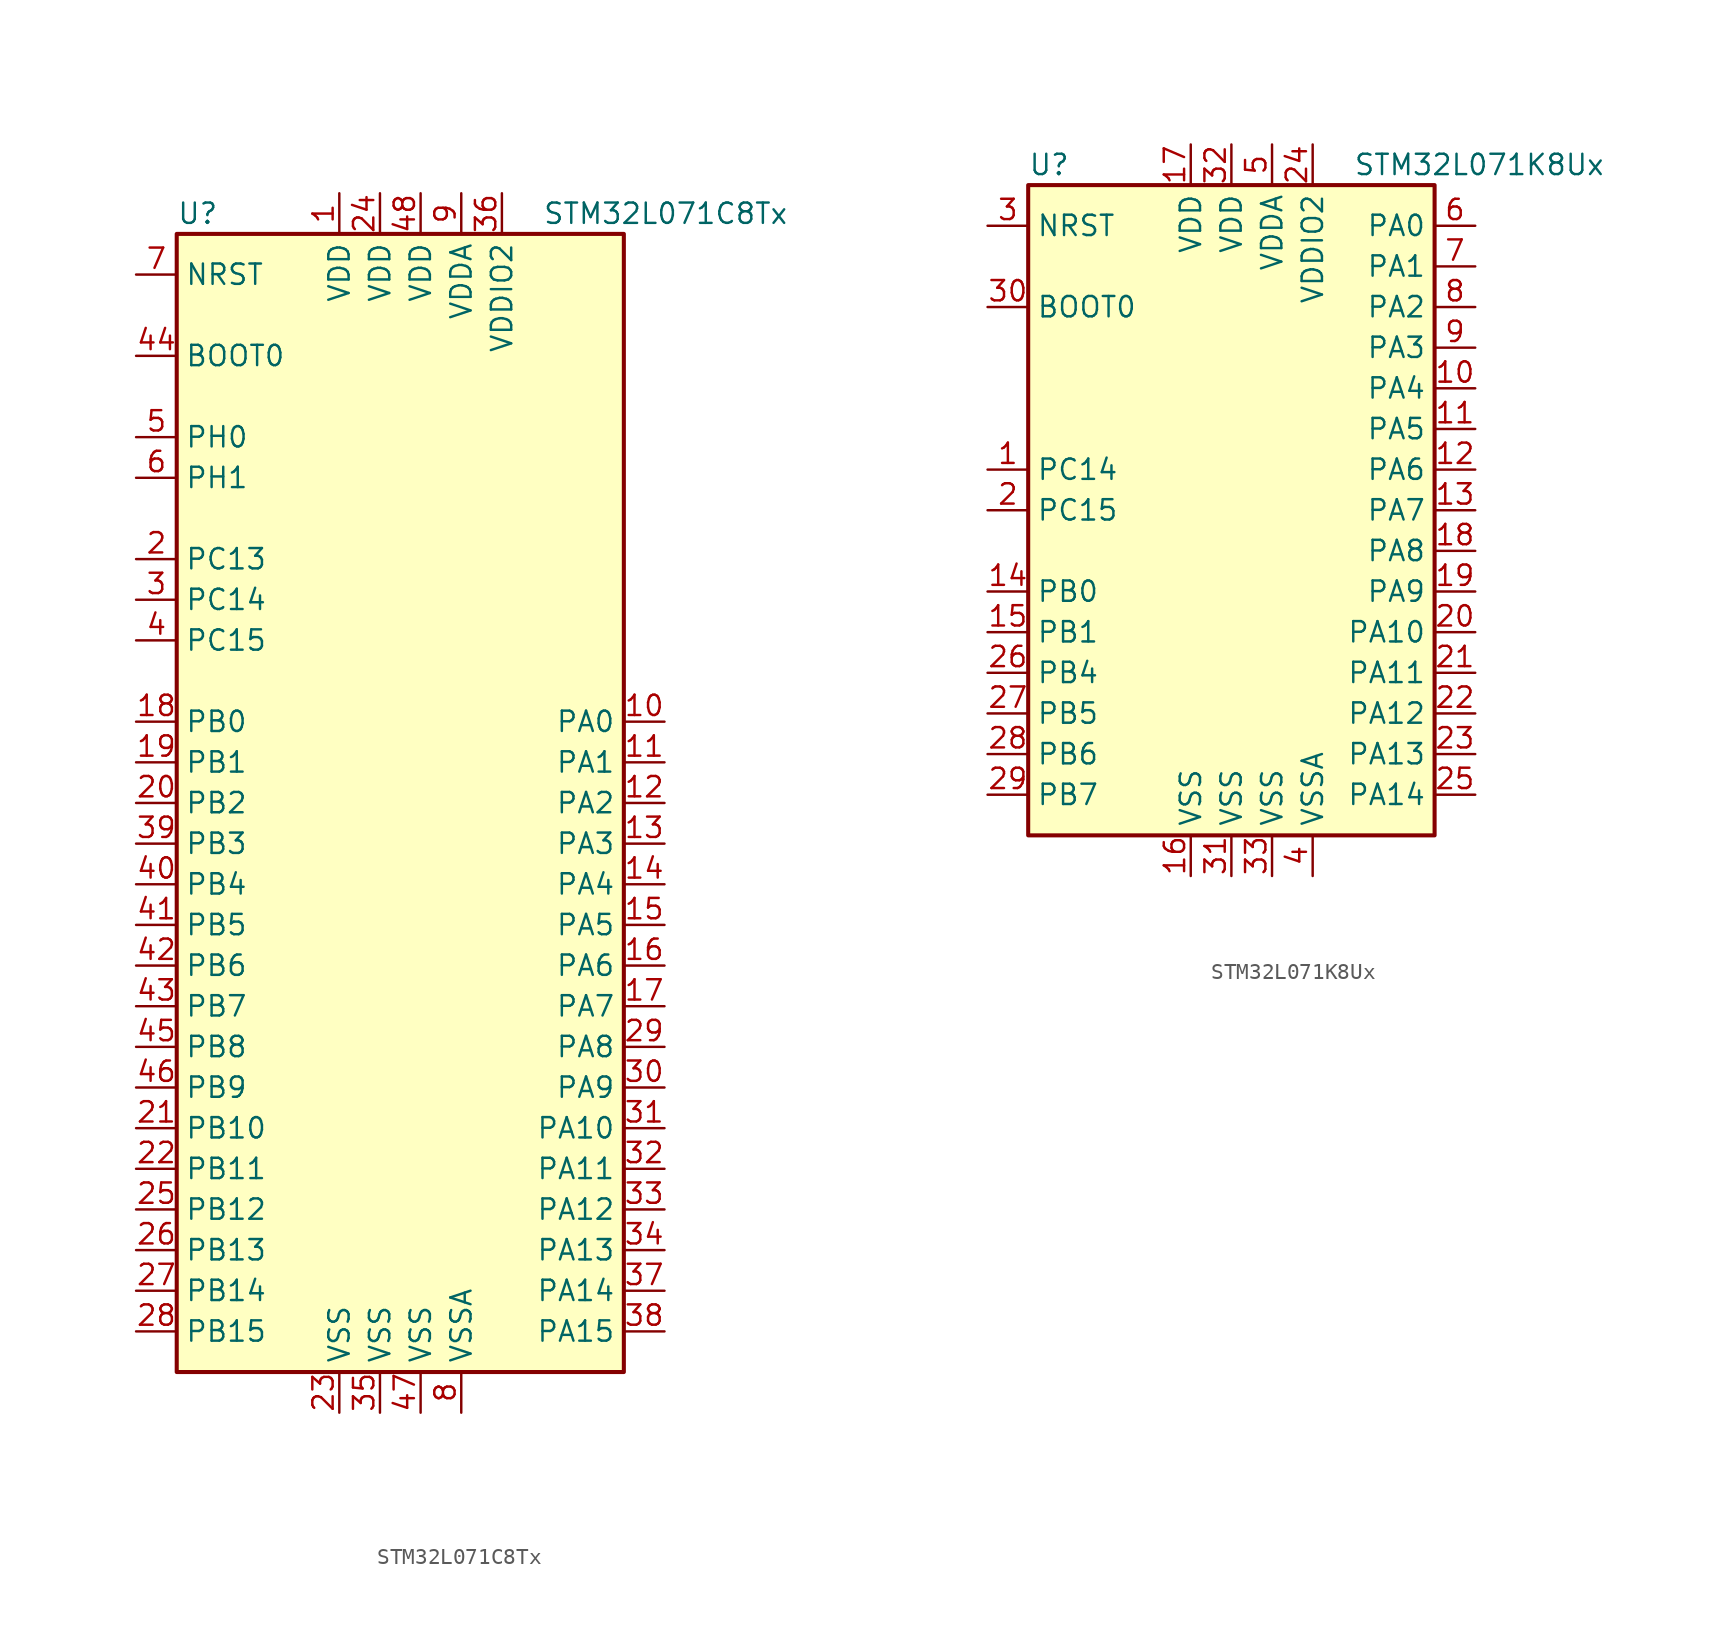
<source format=kicad_sym>
(kicad_symbol_lib
  (version 20211014)
  (generator kicad_symbol_editor)
  (symbol "STM32L071C8Tx"
    (property "Reference" "U"
      (at -15.24 36.83 0)
      (effects (font (size 1.27 1.27)) (justify left)))
    (property "Value" "STM32L071C8Tx"
      (at 7.62 36.83 0)
      (effects (font (size 1.27 1.27)) (justify left)))
    (symbol "STM32L071C8Tx_0_1"
      (rectangle (start -15.24 -35.56) (end 12.7 35.56) (stroke (width 0.254) (type default) (color 0 0 0 0)) (fill (type background))))
    (symbol "STM32L071C8Tx_1_1"
      (pin power_in line (at -5.08 38.1 270) (length 2.54) (name "VDD" (effects (font (size 1.27 1.27)))) (number "1" (effects (font (size 1.27 1.27)))))
      (pin bidirectional line (at 15.24 5.08 180) (length 2.54) (name "PA0" (effects (font (size 1.27 1.27)))) (number "10" (effects (font (size 1.27 1.27)))))
      (pin bidirectional line (at 15.24 2.54 180) (length 2.54) (name "PA1" (effects (font (size 1.27 1.27)))) (number "11" (effects (font (size 1.27 1.27)))))
      (pin bidirectional line (at 15.24 0 180) (length 2.54) (name "PA2" (effects (font (size 1.27 1.27)))) (number "12" (effects (font (size 1.27 1.27)))))
      (pin bidirectional line (at 15.24 -2.54 180) (length 2.54) (name "PA3" (effects (font (size 1.27 1.27)))) (number "13" (effects (font (size 1.27 1.27)))))
      (pin bidirectional line (at 15.24 -5.08 180) (length 2.54) (name "PA4" (effects (font (size 1.27 1.27)))) (number "14" (effects (font (size 1.27 1.27)))))
      (pin bidirectional line (at 15.24 -7.62 180) (length 2.54) (name "PA5" (effects (font (size 1.27 1.27)))) (number "15" (effects (font (size 1.27 1.27)))))
      (pin bidirectional line (at 15.24 -10.16 180) (length 2.54) (name "PA6" (effects (font (size 1.27 1.27)))) (number "16" (effects (font (size 1.27 1.27)))))
      (pin bidirectional line (at 15.24 -12.7 180) (length 2.54) (name "PA7" (effects (font (size 1.27 1.27)))) (number "17" (effects (font (size 1.27 1.27)))))
      (pin bidirectional line (at -17.78 5.08 0) (length 2.54) (name "PB0" (effects (font (size 1.27 1.27)))) (number "18" (effects (font (size 1.27 1.27)))))
      (pin bidirectional line (at -17.78 2.54 0) (length 2.54) (name "PB1" (effects (font (size 1.27 1.27)))) (number "19" (effects (font (size 1.27 1.27)))))
      (pin bidirectional line (at -17.78 15.24 0) (length 2.54) (name "PC13" (effects (font (size 1.27 1.27)))) (number "2" (effects (font (size 1.27 1.27)))))
      (pin bidirectional line (at -17.78 0 0) (length 2.54) (name "PB2" (effects (font (size 1.27 1.27)))) (number "20" (effects (font (size 1.27 1.27)))))
      (pin bidirectional line (at -17.78 -20.32 0) (length 2.54) (name "PB10" (effects (font (size 1.27 1.27)))) (number "21" (effects (font (size 1.27 1.27)))))
      (pin bidirectional line (at -17.78 -22.86 0) (length 2.54) (name "PB11" (effects (font (size 1.27 1.27)))) (number "22" (effects (font (size 1.27 1.27)))))
      (pin power_in line (at -5.08 -38.1 90) (length 2.54) (name "VSS" (effects (font (size 1.27 1.27)))) (number "23" (effects (font (size 1.27 1.27)))))
      (pin power_in line (at -2.54 38.1 270) (length 2.54) (name "VDD" (effects (font (size 1.27 1.27)))) (number "24" (effects (font (size 1.27 1.27)))))
      (pin bidirectional line (at -17.78 -25.4 0) (length 2.54) (name "PB12" (effects (font (size 1.27 1.27)))) (number "25" (effects (font (size 1.27 1.27)))))
      (pin bidirectional line (at -17.78 -27.94 0) (length 2.54) (name "PB13" (effects (font (size 1.27 1.27)))) (number "26" (effects (font (size 1.27 1.27)))))
      (pin bidirectional line (at -17.78 -30.48 0) (length 2.54) (name "PB14" (effects (font (size 1.27 1.27)))) (number "27" (effects (font (size 1.27 1.27)))))
      (pin bidirectional line (at -17.78 -33.02 0) (length 2.54) (name "PB15" (effects (font (size 1.27 1.27)))) (number "28" (effects (font (size 1.27 1.27)))))
      (pin bidirectional line (at 15.24 -15.24 180) (length 2.54) (name "PA8" (effects (font (size 1.27 1.27)))) (number "29" (effects (font (size 1.27 1.27)))))
      (pin bidirectional line (at -17.78 12.7 0) (length 2.54) (name "PC14" (effects (font (size 1.27 1.27)))) (number "3" (effects (font (size 1.27 1.27)))))
      (pin bidirectional line (at 15.24 -17.78 180) (length 2.54) (name "PA9" (effects (font (size 1.27 1.27)))) (number "30" (effects (font (size 1.27 1.27)))))
      (pin bidirectional line (at 15.24 -20.32 180) (length 2.54) (name "PA10" (effects (font (size 1.27 1.27)))) (number "31" (effects (font (size 1.27 1.27)))))
      (pin bidirectional line (at 15.24 -22.86 180) (length 2.54) (name "PA11" (effects (font (size 1.27 1.27)))) (number "32" (effects (font (size 1.27 1.27)))))
      (pin bidirectional line (at 15.24 -25.4 180) (length 2.54) (name "PA12" (effects (font (size 1.27 1.27)))) (number "33" (effects (font (size 1.27 1.27)))))
      (pin bidirectional line (at 15.24 -27.94 180) (length 2.54) (name "PA13" (effects (font (size 1.27 1.27)))) (number "34" (effects (font (size 1.27 1.27)))))
      (pin power_in line (at -2.54 -38.1 90) (length 2.54) (name "VSS" (effects (font (size 1.27 1.27)))) (number "35" (effects (font (size 1.27 1.27)))))
      (pin power_in line (at 5.08 38.1 270) (length 2.54) (name "VDDIO2" (effects (font (size 1.27 1.27)))) (number "36" (effects (font (size 1.27 1.27)))))
      (pin bidirectional line (at 15.24 -30.48 180) (length 2.54) (name "PA14" (effects (font (size 1.27 1.27)))) (number "37" (effects (font (size 1.27 1.27)))))
      (pin bidirectional line (at 15.24 -33.02 180) (length 2.54) (name "PA15" (effects (font (size 1.27 1.27)))) (number "38" (effects (font (size 1.27 1.27)))))
      (pin bidirectional line (at -17.78 -2.54 0) (length 2.54) (name "PB3" (effects (font (size 1.27 1.27)))) (number "39" (effects (font (size 1.27 1.27)))))
      (pin bidirectional line (at -17.78 10.16 0) (length 2.54) (name "PC15" (effects (font (size 1.27 1.27)))) (number "4" (effects (font (size 1.27 1.27)))))
      (pin bidirectional line (at -17.78 -5.08 0) (length 2.54) (name "PB4" (effects (font (size 1.27 1.27)))) (number "40" (effects (font (size 1.27 1.27)))))
      (pin bidirectional line (at -17.78 -7.62 0) (length 2.54) (name "PB5" (effects (font (size 1.27 1.27)))) (number "41" (effects (font (size 1.27 1.27)))))
      (pin bidirectional line (at -17.78 -10.16 0) (length 2.54) (name "PB6" (effects (font (size 1.27 1.27)))) (number "42" (effects (font (size 1.27 1.27)))))
      (pin bidirectional line (at -17.78 -12.7 0) (length 2.54) (name "PB7" (effects (font (size 1.27 1.27)))) (number "43" (effects (font (size 1.27 1.27)))))
      (pin input line (at -17.78 27.94 0) (length 2.54) (name "BOOT0" (effects (font (size 1.27 1.27)))) (number "44" (effects (font (size 1.27 1.27)))))
      (pin bidirectional line (at -17.78 -15.24 0) (length 2.54) (name "PB8" (effects (font (size 1.27 1.27)))) (number "45" (effects (font (size 1.27 1.27)))))
      (pin bidirectional line (at -17.78 -17.78 0) (length 2.54) (name "PB9" (effects (font (size 1.27 1.27)))) (number "46" (effects (font (size 1.27 1.27)))))
      (pin power_in line (at 0 -38.1 90) (length 2.54) (name "VSS" (effects (font (size 1.27 1.27)))) (number "47" (effects (font (size 1.27 1.27)))))
      (pin power_in line (at 0 38.1 270) (length 2.54) (name "VDD" (effects (font (size 1.27 1.27)))) (number "48" (effects (font (size 1.27 1.27)))))
      (pin input line (at -17.78 22.86 0) (length 2.54) (name "PH0" (effects (font (size 1.27 1.27)))) (number "5" (effects (font (size 1.27 1.27)))))
      (pin input line (at -17.78 20.32 0) (length 2.54) (name "PH1" (effects (font (size 1.27 1.27)))) (number "6" (effects (font (size 1.27 1.27)))))
      (pin input line (at -17.78 33.02 0) (length 2.54) (name "NRST" (effects (font (size 1.27 1.27)))) (number "7" (effects (font (size 1.27 1.27)))))
      (pin power_in line (at 2.54 -38.1 90) (length 2.54) (name "VSSA" (effects (font (size 1.27 1.27)))) (number "8" (effects (font (size 1.27 1.27)))))
      (pin power_in line (at 2.54 38.1 270) (length 2.54) (name "VDDA" (effects (font (size 1.27 1.27)))) (number "9" (effects (font (size 1.27 1.27)))))))
  (symbol "STM32L071K8Ux"
    (property "Reference" "U"
      (at -12.7 21.59 0)
      (effects (font (size 1.27 1.27)) (justify left)))
    (property "Value" "STM32L071K8Ux"
      (at 7.62 21.59 0)
      (effects (font (size 1.27 1.27)) (justify left)))
    (symbol "STM32L071K8Ux_0_1"
      (rectangle (start -12.7 -20.32) (end 12.7 20.32) (stroke (width 0.254) (type default) (color 0 0 0 0)) (fill (type background))))
    (symbol "STM32L071K8Ux_1_1"
      (pin bidirectional line (at -15.24 2.54 0) (length 2.54) (name "PC14" (effects (font (size 1.27 1.27)))) (number "1" (effects (font (size 1.27 1.27)))))
      (pin bidirectional line (at 15.24 7.62 180) (length 2.54) (name "PA4" (effects (font (size 1.27 1.27)))) (number "10" (effects (font (size 1.27 1.27)))))
      (pin bidirectional line (at 15.24 5.08 180) (length 2.54) (name "PA5" (effects (font (size 1.27 1.27)))) (number "11" (effects (font (size 1.27 1.27)))))
      (pin bidirectional line (at 15.24 2.54 180) (length 2.54) (name "PA6" (effects (font (size 1.27 1.27)))) (number "12" (effects (font (size 1.27 1.27)))))
      (pin bidirectional line (at 15.24 0 180) (length 2.54) (name "PA7" (effects (font (size 1.27 1.27)))) (number "13" (effects (font (size 1.27 1.27)))))
      (pin bidirectional line (at -15.24 -5.08 0) (length 2.54) (name "PB0" (effects (font (size 1.27 1.27)))) (number "14" (effects (font (size 1.27 1.27)))))
      (pin bidirectional line (at -15.24 -7.62 0) (length 2.54) (name "PB1" (effects (font (size 1.27 1.27)))) (number "15" (effects (font (size 1.27 1.27)))))
      (pin power_in line (at -2.54 -22.86 90) (length 2.54) (name "VSS" (effects (font (size 1.27 1.27)))) (number "16" (effects (font (size 1.27 1.27)))))
      (pin power_in line (at -2.54 22.86 270) (length 2.54) (name "VDD" (effects (font (size 1.27 1.27)))) (number "17" (effects (font (size 1.27 1.27)))))
      (pin bidirectional line (at 15.24 -2.54 180) (length 2.54) (name "PA8" (effects (font (size 1.27 1.27)))) (number "18" (effects (font (size 1.27 1.27)))))
      (pin bidirectional line (at 15.24 -5.08 180) (length 2.54) (name "PA9" (effects (font (size 1.27 1.27)))) (number "19" (effects (font (size 1.27 1.27)))))
      (pin bidirectional line (at -15.24 0 0) (length 2.54) (name "PC15" (effects (font (size 1.27 1.27)))) (number "2" (effects (font (size 1.27 1.27)))))
      (pin bidirectional line (at 15.24 -7.62 180) (length 2.54) (name "PA10" (effects (font (size 1.27 1.27)))) (number "20" (effects (font (size 1.27 1.27)))))
      (pin bidirectional line (at 15.24 -10.16 180) (length 2.54) (name "PA11" (effects (font (size 1.27 1.27)))) (number "21" (effects (font (size 1.27 1.27)))))
      (pin bidirectional line (at 15.24 -12.7 180) (length 2.54) (name "PA12" (effects (font (size 1.27 1.27)))) (number "22" (effects (font (size 1.27 1.27)))))
      (pin bidirectional line (at 15.24 -15.24 180) (length 2.54) (name "PA13" (effects (font (size 1.27 1.27)))) (number "23" (effects (font (size 1.27 1.27)))))
      (pin power_in line (at 5.08 22.86 270) (length 2.54) (name "VDDIO2" (effects (font (size 1.27 1.27)))) (number "24" (effects (font (size 1.27 1.27)))))
      (pin bidirectional line (at 15.24 -17.78 180) (length 2.54) (name "PA14" (effects (font (size 1.27 1.27)))) (number "25" (effects (font (size 1.27 1.27)))))
      (pin bidirectional line (at -15.24 -10.16 0) (length 2.54) (name "PB4" (effects (font (size 1.27 1.27)))) (number "26" (effects (font (size 1.27 1.27)))))
      (pin bidirectional line (at -15.24 -12.7 0) (length 2.54) (name "PB5" (effects (font (size 1.27 1.27)))) (number "27" (effects (font (size 1.27 1.27)))))
      (pin bidirectional line (at -15.24 -15.24 0) (length 2.54) (name "PB6" (effects (font (size 1.27 1.27)))) (number "28" (effects (font (size 1.27 1.27)))))
      (pin bidirectional line (at -15.24 -17.78 0) (length 2.54) (name "PB7" (effects (font (size 1.27 1.27)))) (number "29" (effects (font (size 1.27 1.27)))))
      (pin input line (at -15.24 17.78 0) (length 2.54) (name "NRST" (effects (font (size 1.27 1.27)))) (number "3" (effects (font (size 1.27 1.27)))))
      (pin input line (at -15.24 12.7 0) (length 2.54) (name "BOOT0" (effects (font (size 1.27 1.27)))) (number "30" (effects (font (size 1.27 1.27)))))
      (pin power_in line (at 0 -22.86 90) (length 2.54) (name "VSS" (effects (font (size 1.27 1.27)))) (number "31" (effects (font (size 1.27 1.27)))))
      (pin power_in line (at 0 22.86 270) (length 2.54) (name "VDD" (effects (font (size 1.27 1.27)))) (number "32" (effects (font (size 1.27 1.27)))))
      (pin power_in line (at 2.54 -22.86 90) (length 2.54) (name "VSS" (effects (font (size 1.27 1.27)))) (number "33" (effects (font (size 1.27 1.27)))))
      (pin power_in line (at 5.08 -22.86 90) (length 2.54) (name "VSSA" (effects (font (size 1.27 1.27)))) (number "4" (effects (font (size 1.27 1.27)))))
      (pin power_in line (at 2.54 22.86 270) (length 2.54) (name "VDDA" (effects (font (size 1.27 1.27)))) (number "5" (effects (font (size 1.27 1.27)))))
      (pin bidirectional line (at 15.24 17.78 180) (length 2.54) (name "PA0" (effects (font (size 1.27 1.27)))) (number "6" (effects (font (size 1.27 1.27)))))
      (pin bidirectional line (at 15.24 15.24 180) (length 2.54) (name "PA1" (effects (font (size 1.27 1.27)))) (number "7" (effects (font (size 1.27 1.27)))))
      (pin bidirectional line (at 15.24 12.7 180) (length 2.54) (name "PA2" (effects (font (size 1.27 1.27)))) (number "8" (effects (font (size 1.27 1.27)))))
      (pin bidirectional line (at 15.24 10.16 180) (length 2.54) (name "PA3" (effects (font (size 1.27 1.27)))) (number "9" (effects (font (size 1.27 1.27))))))))
</source>
